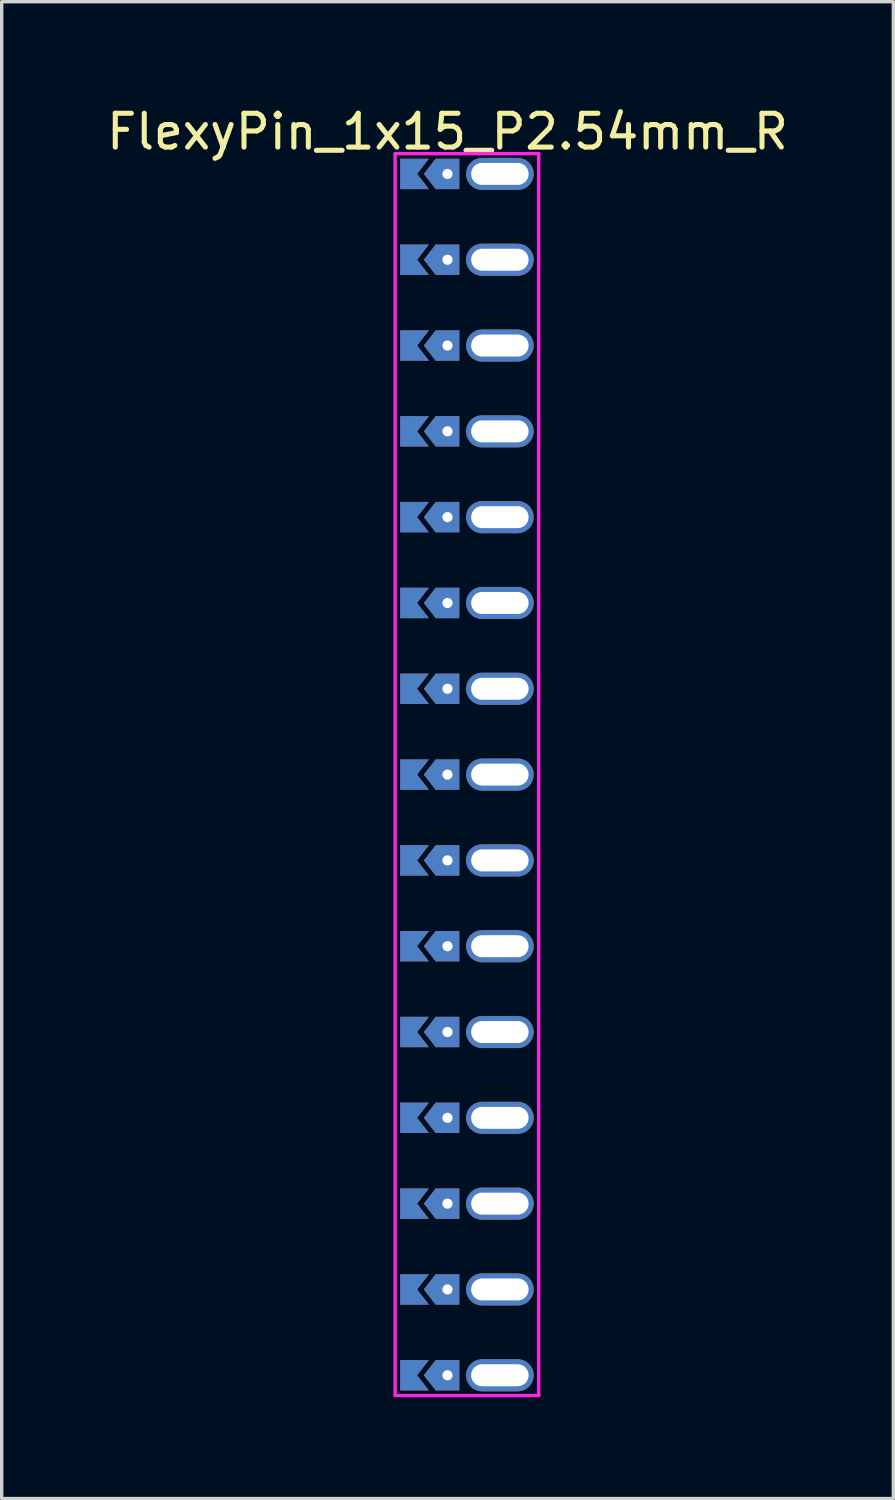
<source format=kicad_pcb>
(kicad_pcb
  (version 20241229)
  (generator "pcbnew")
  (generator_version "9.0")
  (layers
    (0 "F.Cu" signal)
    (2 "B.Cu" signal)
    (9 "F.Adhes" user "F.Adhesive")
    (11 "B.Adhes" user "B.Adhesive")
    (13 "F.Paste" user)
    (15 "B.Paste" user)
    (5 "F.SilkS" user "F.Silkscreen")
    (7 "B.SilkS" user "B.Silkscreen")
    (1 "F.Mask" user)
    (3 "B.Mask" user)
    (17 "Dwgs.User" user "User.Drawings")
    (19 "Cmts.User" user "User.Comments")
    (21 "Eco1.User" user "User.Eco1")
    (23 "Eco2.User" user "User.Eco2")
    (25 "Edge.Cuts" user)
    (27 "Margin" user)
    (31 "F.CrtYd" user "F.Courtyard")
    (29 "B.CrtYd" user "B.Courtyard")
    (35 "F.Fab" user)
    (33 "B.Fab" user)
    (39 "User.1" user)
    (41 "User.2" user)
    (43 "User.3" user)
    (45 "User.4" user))
  (footprint "FlexyPin_1x15_P2.54mm_R"
    (layer "F.Cu")
    (at 10.196 2.098)
    (property "Reference" "FlexyPin_1x15_P2.54mm_R" (at 0 -1.25 0) (layer "F.SilkS") (effects (font (size 1 1) (thickness 0.15))))
    (attr through_hole)
    (fp_line (start -1.55 -0.6) (end 2.7 -0.6) (stroke (width 0.1) (type solid)) (layer "F.CrtYd"))
    (fp_line (start -1.55 36.16) (end -1.55 -0.6) (stroke (width 0.1) (type solid)) (layer "F.CrtYd"))
    (fp_line (start 2.7 -0.6) (end 2.7 36.16) (stroke (width 0.1) (type solid)) (layer "F.CrtYd"))
    (fp_line (start 2.7 36.16) (end -1.55 36.16) (stroke (width 0.1) (type solid)) (layer "F.CrtYd"))
    (pad "" thru_hole custom (at 0 0) (size 0.3 0.3) (drill 0.6) (layers "*.Cu" "*.Mask") (options (anchor rect)) (primitives (gr_poly (pts (xy 0.35 0.45) (xy 0.35 -0.45) (xy -0.35 -0.45) (xy -0.7 0) (xy -0.35 0.45)) (width 0) (fill yes))))
    (pad "" thru_hole custom (at 0 2.54) (size 0.3 0.3) (drill 0.6) (layers "*.Cu" "*.Mask") (options (anchor rect)) (primitives (gr_poly (pts (xy 0.35 0.45) (xy 0.35 -0.45) (xy -0.35 -0.45) (xy -0.7 0) (xy -0.35 0.45)) (width 0) (fill yes))))
    (pad "" thru_hole custom (at 0 5.08) (size 0.3 0.3) (drill 0.6) (layers "*.Cu" "*.Mask") (options (anchor rect)) (primitives (gr_poly (pts (xy 0.35 0.45) (xy 0.35 -0.45) (xy -0.35 -0.45) (xy -0.7 0) (xy -0.35 0.45)) (width 0) (fill yes))))
    (pad "" thru_hole custom (at 0 7.62) (size 0.3 0.3) (drill 0.6) (layers "*.Cu" "*.Mask") (options (anchor rect)) (primitives (gr_poly (pts (xy 0.35 0.45) (xy 0.35 -0.45) (xy -0.35 -0.45) (xy -0.7 0) (xy -0.35 0.45)) (width 0) (fill yes))))
    (pad "" thru_hole custom (at 0 10.16) (size 0.3 0.3) (drill 0.6) (layers "*.Cu" "*.Mask") (options (anchor rect)) (primitives (gr_poly (pts (xy 0.35 0.45) (xy 0.35 -0.45) (xy -0.35 -0.45) (xy -0.7 0) (xy -0.35 0.45)) (width 0) (fill yes))))
    (pad "" thru_hole custom (at 0 12.7) (size 0.3 0.3) (drill 0.6) (layers "*.Cu" "*.Mask") (options (anchor rect)) (primitives (gr_poly (pts (xy 0.35 0.45) (xy 0.35 -0.45) (xy -0.35 -0.45) (xy -0.7 0) (xy -0.35 0.45)) (width 0) (fill yes))))
    (pad "" thru_hole custom (at 0 15.24) (size 0.3 0.3) (drill 0.6) (layers "*.Cu" "*.Mask") (options (anchor rect)) (primitives (gr_poly (pts (xy 0.35 0.45) (xy 0.35 -0.45) (xy -0.35 -0.45) (xy -0.7 0) (xy -0.35 0.45)) (width 0) (fill yes))))
    (pad "" thru_hole custom (at 0 17.78) (size 0.3 0.3) (drill 0.6) (layers "*.Cu" "*.Mask") (options (anchor rect)) (primitives (gr_poly (pts (xy 0.35 0.45) (xy 0.35 -0.45) (xy -0.35 -0.45) (xy -0.7 0) (xy -0.35 0.45)) (width 0) (fill yes))))
    (pad "" thru_hole custom (at 0 20.32) (size 0.3 0.3) (drill 0.6) (layers "*.Cu" "*.Mask") (options (anchor rect)) (primitives (gr_poly (pts (xy 0.35 0.45) (xy 0.35 -0.45) (xy -0.35 -0.45) (xy -0.7 0) (xy -0.35 0.45)) (width 0) (fill yes))))
    (pad "" thru_hole custom (at 0 22.86) (size 0.3 0.3) (drill 0.6) (layers "*.Cu" "*.Mask") (options (anchor rect)) (primitives (gr_poly (pts (xy 0.35 0.45) (xy 0.35 -0.45) (xy -0.35 -0.45) (xy -0.7 0) (xy -0.35 0.45)) (width 0) (fill yes))))
    (pad "" thru_hole custom (at 0 25.4) (size 0.3 0.3) (drill 0.6) (layers "*.Cu" "*.Mask") (options (anchor rect)) (primitives (gr_poly (pts (xy 0.35 0.45) (xy 0.35 -0.45) (xy -0.35 -0.45) (xy -0.7 0) (xy -0.35 0.45)) (width 0) (fill yes))))
    (pad "" thru_hole custom (at 0 27.94) (size 0.3 0.3) (drill 0.6) (layers "*.Cu" "*.Mask") (options (anchor rect)) (primitives (gr_poly (pts (xy 0.35 0.45) (xy 0.35 -0.45) (xy -0.35 -0.45) (xy -0.7 0) (xy -0.35 0.45)) (width 0) (fill yes))))
    (pad "" thru_hole custom (at 0 30.48) (size 0.3 0.3) (drill 0.6) (layers "*.Cu" "*.Mask") (options (anchor rect)) (primitives (gr_poly (pts (xy 0.35 0.45) (xy 0.35 -0.45) (xy -0.35 -0.45) (xy -0.7 0) (xy -0.35 0.45)) (width 0) (fill yes))))
    (pad "" thru_hole custom (at 0 33.02) (size 0.3 0.3) (drill 0.6) (layers "*.Cu" "*.Mask") (options (anchor rect)) (primitives (gr_poly (pts (xy 0.35 0.45) (xy 0.35 -0.45) (xy -0.35 -0.45) (xy -0.7 0) (xy -0.35 0.45)) (width 0) (fill yes))))
    (pad "" thru_hole custom (at 0 35.56) (size 0.3 0.3) (drill 0.6) (layers "*.Cu" "*.Mask") (options (anchor rect)) (primitives (gr_poly (pts (xy 0.35 0.45) (xy 0.35 -0.45) (xy -0.35 -0.45) (xy -0.7 0) (xy -0.35 0.45)) (width 0) (fill yes))))
    (pad "" thru_hole oval (at 1.55 0) (size 2 0.95) (drill oval 1.7 0.65) (layers "*.Cu" "*.Mask"))
    (pad "" thru_hole oval (at 1.55 2.54) (size 2 0.95) (drill oval 1.7 0.65) (layers "*.Cu" "*.Mask"))
    (pad "" thru_hole oval (at 1.55 5.08) (size 2 0.95) (drill oval 1.7 0.65) (layers "*.Cu" "*.Mask"))
    (pad "" thru_hole oval (at 1.55 7.62) (size 2 0.95) (drill oval 1.7 0.65) (layers "*.Cu" "*.Mask"))
    (pad "" thru_hole oval (at 1.55 10.16) (size 2 0.95) (drill oval 1.7 0.65) (layers "*.Cu" "*.Mask"))
    (pad "" thru_hole oval (at 1.55 12.7) (size 2 0.95) (drill oval 1.7 0.65) (layers "*.Cu" "*.Mask"))
    (pad "" thru_hole oval (at 1.55 15.24) (size 2 0.95) (drill oval 1.7 0.65) (layers "*.Cu" "*.Mask"))
    (pad "" thru_hole oval (at 1.55 17.78) (size 2 0.95) (drill oval 1.7 0.65) (layers "*.Cu" "*.Mask"))
    (pad "" thru_hole oval (at 1.55 20.32) (size 2 0.95) (drill oval 1.7 0.65) (layers "*.Cu" "*.Mask"))
    (pad "" thru_hole oval (at 1.55 22.86) (size 2 0.95) (drill oval 1.7 0.65) (layers "*.Cu" "*.Mask"))
    (pad "" thru_hole oval (at 1.55 25.4) (size 2 0.95) (drill oval 1.7 0.65) (layers "*.Cu" "*.Mask"))
    (pad "" thru_hole oval (at 1.55 27.94) (size 2 0.95) (drill oval 1.7 0.65) (layers "*.Cu" "*.Mask"))
    (pad "" thru_hole oval (at 1.55 30.48) (size 2 0.95) (drill oval 1.7 0.65) (layers "*.Cu" "*.Mask"))
    (pad "" thru_hole oval (at 1.55 33.02) (size 2 0.95) (drill oval 1.7 0.65) (layers "*.Cu" "*.Mask"))
    (pad "" thru_hole oval (at 1.55 35.56) (size 2 0.95) (drill oval 1.7 0.65) (layers "*.Cu" "*.Mask"))
    (pad "1" smd custom (at -0.9 0) (size 0.01 0.01) (layers "F.Cu" "F.Mask") (options (anchor rect)) (primitives (gr_poly (pts (xy 0 0) (xy 0.35 0.45) (xy -0.5 0.45) (xy -0.5 -0.45) (xy 0.35 -0.45)) (width 0) (fill yes))))
    (pad "1" smd custom (at -0.9 2.54) (size 0.01 0.01) (layers "F.Cu" "F.Mask") (options (anchor rect)) (primitives (gr_poly (pts (xy 0 0) (xy 0.35 0.45) (xy -0.5 0.45) (xy -0.5 -0.45) (xy 0.35 -0.45)) (width 0) (fill yes))))
    (pad "1" smd custom (at -0.9 5.08) (size 0.01 0.01) (layers "F.Cu" "F.Mask") (options (anchor rect)) (primitives (gr_poly (pts (xy 0 0) (xy 0.35 0.45) (xy -0.5 0.45) (xy -0.5 -0.45) (xy 0.35 -0.45)) (width 0) (fill yes))))
    (pad "1" smd custom (at -0.9 7.62) (size 0.01 0.01) (layers "F.Cu" "F.Mask") (options (anchor rect)) (primitives (gr_poly (pts (xy 0 0) (xy 0.35 0.45) (xy -0.5 0.45) (xy -0.5 -0.45) (xy 0.35 -0.45)) (width 0) (fill yes))))
    (pad "1" smd custom (at -0.9 10.16) (size 0.01 0.01) (layers "F.Cu" "F.Mask") (options (anchor rect)) (primitives (gr_poly (pts (xy 0 0) (xy 0.35 0.45) (xy -0.5 0.45) (xy -0.5 -0.45) (xy 0.35 -0.45)) (width 0) (fill yes))))
    (pad "1" smd custom (at -0.9 12.7) (size 0.01 0.01) (layers "F.Cu" "F.Mask") (options (anchor rect)) (primitives (gr_poly (pts (xy 0 0) (xy 0.35 0.45) (xy -0.5 0.45) (xy -0.5 -0.45) (xy 0.35 -0.45)) (width 0) (fill yes))))
    (pad "1" smd custom (at -0.9 15.24) (size 0.01 0.01) (layers "F.Cu" "F.Mask") (options (anchor rect)) (primitives (gr_poly (pts (xy 0 0) (xy 0.35 0.45) (xy -0.5 0.45) (xy -0.5 -0.45) (xy 0.35 -0.45)) (width 0) (fill yes))))
    (pad "1" smd custom (at -0.9 17.78) (size 0.01 0.01) (layers "F.Cu" "F.Mask") (options (anchor rect)) (primitives (gr_poly (pts (xy 0 0) (xy 0.35 0.45) (xy -0.5 0.45) (xy -0.5 -0.45) (xy 0.35 -0.45)) (width 0) (fill yes))))
    (pad "1" smd custom (at -0.9 20.32) (size 0.01 0.01) (layers "F.Cu" "F.Mask") (options (anchor rect)) (primitives (gr_poly (pts (xy 0 0) (xy 0.35 0.45) (xy -0.5 0.45) (xy -0.5 -0.45) (xy 0.35 -0.45)) (width 0) (fill yes))))
    (pad "1" smd custom (at -0.9 22.86) (size 0.01 0.01) (layers "F.Cu" "F.Mask") (options (anchor rect)) (primitives (gr_poly (pts (xy 0 0) (xy 0.35 0.45) (xy -0.5 0.45) (xy -0.5 -0.45) (xy 0.35 -0.45)) (width 0) (fill yes))))
    (pad "1" smd custom (at -0.9 25.4) (size 0.01 0.01) (layers "F.Cu" "F.Mask") (options (anchor rect)) (primitives (gr_poly (pts (xy 0 0) (xy 0.35 0.45) (xy -0.5 0.45) (xy -0.5 -0.45) (xy 0.35 -0.45)) (width 0) (fill yes))))
    (pad "1" smd custom (at -0.9 27.94) (size 0.01 0.01) (layers "F.Cu" "F.Mask") (options (anchor rect)) (primitives (gr_poly (pts (xy 0 0) (xy 0.35 0.45) (xy -0.5 0.45) (xy -0.5 -0.45) (xy 0.35 -0.45)) (width 0) (fill yes))))
    (pad "1" smd custom (at -0.9 30.48) (size 0.01 0.01) (layers "F.Cu" "F.Mask") (options (anchor rect)) (primitives (gr_poly (pts (xy 0 0) (xy 0.35 0.45) (xy -0.5 0.45) (xy -0.5 -0.45) (xy 0.35 -0.45)) (width 0) (fill yes))))
    (pad "1" smd custom (at -0.9 33.02) (size 0.01 0.01) (layers "F.Cu" "F.Mask") (options (anchor rect)) (primitives (gr_poly (pts (xy 0 0) (xy 0.35 0.45) (xy -0.5 0.45) (xy -0.5 -0.45) (xy 0.35 -0.45)) (width 0) (fill yes))))
    (pad "1" smd custom (at -0.9 35.56) (size 0.01 0.01) (layers "F.Cu" "F.Mask") (options (anchor rect)) (primitives (gr_poly (pts (xy 0 0) (xy 0.35 0.45) (xy -0.5 0.45) (xy -0.5 -0.45) (xy 0.35 -0.45)) (width 0) (fill yes))))
    (pad "2" smd custom (at -0.9 0) (size 0.01 0.01) (layers "B.Cu" "B.Mask") (options (anchor rect)) (primitives (gr_poly (pts (xy 0 0) (xy 0.35 0.45) (xy -0.5 0.45) (xy -0.5 -0.45) (xy 0.35 -0.45)) (width 0) (fill yes))))
    (pad "2" smd custom (at -0.9 2.54) (size 0.01 0.01) (layers "B.Cu" "B.Mask") (options (anchor rect)) (primitives (gr_poly (pts (xy 0 0) (xy 0.35 0.45) (xy -0.5 0.45) (xy -0.5 -0.45) (xy 0.35 -0.45)) (width 0) (fill yes))))
    (pad "2" smd custom (at -0.9 5.08) (size 0.01 0.01) (layers "B.Cu" "B.Mask") (options (anchor rect)) (primitives (gr_poly (pts (xy 0 0) (xy 0.35 0.45) (xy -0.5 0.45) (xy -0.5 -0.45) (xy 0.35 -0.45)) (width 0) (fill yes))))
    (pad "2" smd custom (at -0.9 7.62) (size 0.01 0.01) (layers "B.Cu" "B.Mask") (options (anchor rect)) (primitives (gr_poly (pts (xy 0 0) (xy 0.35 0.45) (xy -0.5 0.45) (xy -0.5 -0.45) (xy 0.35 -0.45)) (width 0) (fill yes))))
    (pad "2" smd custom (at -0.9 10.16) (size 0.01 0.01) (layers "B.Cu" "B.Mask") (options (anchor rect)) (primitives (gr_poly (pts (xy 0 0) (xy 0.35 0.45) (xy -0.5 0.45) (xy -0.5 -0.45) (xy 0.35 -0.45)) (width 0) (fill yes))))
    (pad "2" smd custom (at -0.9 12.7) (size 0.01 0.01) (layers "B.Cu" "B.Mask") (options (anchor rect)) (primitives (gr_poly (pts (xy 0 0) (xy 0.35 0.45) (xy -0.5 0.45) (xy -0.5 -0.45) (xy 0.35 -0.45)) (width 0) (fill yes))))
    (pad "2" smd custom (at -0.9 15.24) (size 0.01 0.01) (layers "B.Cu" "B.Mask") (options (anchor rect)) (primitives (gr_poly (pts (xy 0 0) (xy 0.35 0.45) (xy -0.5 0.45) (xy -0.5 -0.45) (xy 0.35 -0.45)) (width 0) (fill yes))))
    (pad "2" smd custom (at -0.9 17.78) (size 0.01 0.01) (layers "B.Cu" "B.Mask") (options (anchor rect)) (primitives (gr_poly (pts (xy 0 0) (xy 0.35 0.45) (xy -0.5 0.45) (xy -0.5 -0.45) (xy 0.35 -0.45)) (width 0) (fill yes))))
    (pad "2" smd custom (at -0.9 20.32) (size 0.01 0.01) (layers "B.Cu" "B.Mask") (options (anchor rect)) (primitives (gr_poly (pts (xy 0 0) (xy 0.35 0.45) (xy -0.5 0.45) (xy -0.5 -0.45) (xy 0.35 -0.45)) (width 0) (fill yes))))
    (pad "2" smd custom (at -0.9 22.86) (size 0.01 0.01) (layers "B.Cu" "B.Mask") (options (anchor rect)) (primitives (gr_poly (pts (xy 0 0) (xy 0.35 0.45) (xy -0.5 0.45) (xy -0.5 -0.45) (xy 0.35 -0.45)) (width 0) (fill yes))))
    (pad "2" smd custom (at -0.9 25.4) (size 0.01 0.01) (layers "B.Cu" "B.Mask") (options (anchor rect)) (primitives (gr_poly (pts (xy 0 0) (xy 0.35 0.45) (xy -0.5 0.45) (xy -0.5 -0.45) (xy 0.35 -0.45)) (width 0) (fill yes))))
    (pad "2" smd custom (at -0.9 27.94) (size 0.01 0.01) (layers "B.Cu" "B.Mask") (options (anchor rect)) (primitives (gr_poly (pts (xy 0 0) (xy 0.35 0.45) (xy -0.5 0.45) (xy -0.5 -0.45) (xy 0.35 -0.45)) (width 0) (fill yes))))
    (pad "2" smd custom (at -0.9 30.48) (size 0.01 0.01) (layers "B.Cu" "B.Mask") (options (anchor rect)) (primitives (gr_poly (pts (xy 0 0) (xy 0.35 0.45) (xy -0.5 0.45) (xy -0.5 -0.45) (xy 0.35 -0.45)) (width 0) (fill yes))))
    (pad "2" smd custom (at -0.9 33.02) (size 0.01 0.01) (layers "B.Cu" "B.Mask") (options (anchor rect)) (primitives (gr_poly (pts (xy 0 0) (xy 0.35 0.45) (xy -0.5 0.45) (xy -0.5 -0.45) (xy 0.35 -0.45)) (width 0) (fill yes))))
    (pad "2" smd custom (at -0.9 35.56) (size 0.01 0.01) (layers "B.Cu" "B.Mask") (options (anchor rect)) (primitives (gr_poly (pts (xy 0 0) (xy 0.35 0.45) (xy -0.5 0.45) (xy -0.5 -0.45) (xy 0.35 -0.45)) (width 0) (fill yes)))))
  (gr_rect
    (start -3 -3)
    (end 23.393 41.308)
    (stroke (width 0.1) (type default))
    (fill no)
    (layer "Edge.Cuts")))
</source>
